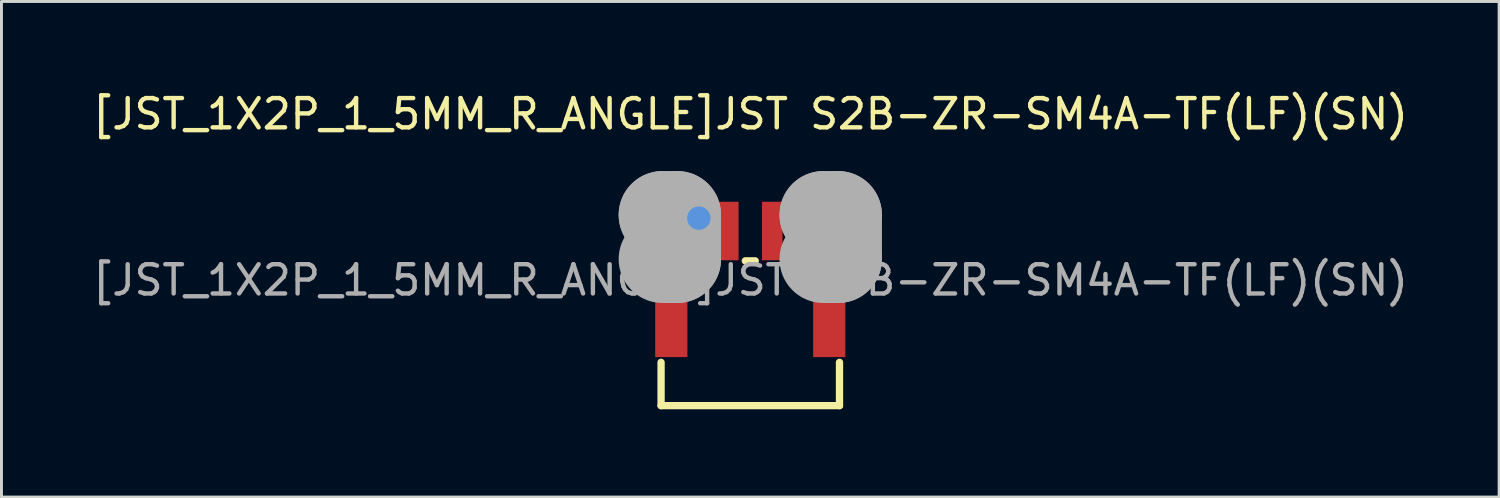
<source format=kicad_pcb>
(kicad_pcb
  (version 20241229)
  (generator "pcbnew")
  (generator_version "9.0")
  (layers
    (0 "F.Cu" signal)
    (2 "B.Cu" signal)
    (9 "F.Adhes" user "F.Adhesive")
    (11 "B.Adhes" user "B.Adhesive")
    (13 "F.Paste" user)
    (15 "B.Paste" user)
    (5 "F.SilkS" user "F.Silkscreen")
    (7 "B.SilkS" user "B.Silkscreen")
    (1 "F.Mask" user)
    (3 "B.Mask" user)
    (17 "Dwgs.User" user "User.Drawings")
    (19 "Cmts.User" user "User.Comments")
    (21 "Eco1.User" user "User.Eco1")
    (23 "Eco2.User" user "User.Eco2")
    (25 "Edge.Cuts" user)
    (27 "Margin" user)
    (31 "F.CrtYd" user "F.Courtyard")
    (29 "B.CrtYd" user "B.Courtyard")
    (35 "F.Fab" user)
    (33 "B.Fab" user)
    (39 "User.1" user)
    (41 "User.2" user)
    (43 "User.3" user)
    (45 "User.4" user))
  (footprint "[JST_1X2P_1_5MM_R_ANGLE]JST S2B-ZR-SM4A-TF(LF)(SN)"
    (layer "F.Cu")
    (at 22.601 6.528)
    (property "Reference" "[JST_1X2P_1_5MM_R_ANGLE]JST S2B-ZR-SM4A-TF(LF)(SN)" (at 0 -5.68 0) (layer "F.SilkS") (effects (font (size 1 1) (thickness 0.15))))
    (attr smd)
    (fp_line (start -3.05 -0.66) (end -3.05 0.44) (stroke (width 0.25) (type solid)) (layer "F.SilkS"))
    (fp_line (start -3.05 2.81) (end -3.05 4.29) (stroke (width 0.25) (type solid)) (layer "F.SilkS"))
    (fp_line (start -3.05 4.29) (end 3.05 4.29) (stroke (width 0.25) (type solid)) (layer "F.SilkS"))
    (fp_line (start -1.33 -0.66) (end -3.05 -0.66) (stroke (width 0.25) (type solid)) (layer "F.SilkS"))
    (fp_line (start 0.17 -0.66) (end -0.17 -0.66) (stroke (width 0.25) (type solid)) (layer "F.SilkS"))
    (fp_line (start 3.05 -0.66) (end 1.33 -0.66) (stroke (width 0.25) (type solid)) (layer "F.SilkS"))
    (fp_line (start 3.05 0.44) (end 3.05 -0.66) (stroke (width 0.25) (type solid)) (layer "F.SilkS"))
    (fp_line (start 3.05 4.29) (end 3.05 2.81) (stroke (width 0.25) (type solid)) (layer "F.SilkS"))
    (fp_circle (center -1.74 -2.12) (end -1.5 -2.12) (stroke (width 0.25) (type solid)) (fill no) (layer "F.SilkS"))
    (fp_circle (center -1.76 -2.12) (end -1.56 -2.12) (stroke (width 0.4) (type solid)) (fill no) (layer "Cmts.User"))
    (fp_line (start -3 -2.23) (end -3 -2.23) (stroke (width 3) (type solid)) (layer "F.Fab"))
    (fp_line (start -3 -2.23) (end -2.5 -2.23) (stroke (width 3) (type solid)) (layer "F.Fab"))
    (fp_line (start -2.5 -2.23) (end -2.5 -0.72) (stroke (width 3) (type solid)) (layer "F.Fab"))
    (fp_line (start -2.5 -0.72) (end -3 -0.72) (stroke (width 3) (type solid)) (layer "F.Fab"))
    (fp_line (start 2.5 -2.23) (end 2.5 -2.23) (stroke (width 3) (type solid)) (layer "F.Fab"))
    (fp_line (start 2.5 -2.23) (end 3 -2.23) (stroke (width 3) (type solid)) (layer "F.Fab"))
    (fp_line (start 3 -2.23) (end 3 -0.72) (stroke (width 3) (type solid)) (layer "F.Fab"))
    (fp_line (start 3 -0.72) (end 2.5 -0.72) (stroke (width 3) (type solid)) (layer "F.Fab"))
    (fp_circle (center -3 -2.43) (end -2.97 -2.43) (stroke (width 0.06) (type solid)) (fill no) (layer "F.Fab"))
    (fp_text user "${REFERENCE}" (at 0 0 0) (layer "F.Fab") (effects (font (size 1 1) (thickness 0.15))))
    (pad "0" smd rect (at -2.7 1.68 180) (size 1.1 1.9) (layers "F.Cu" "F.Mask" "F.Paste"))
    (pad "0" smd rect (at 2.7 1.68 180) (size 1.1 1.9) (layers "F.Cu" "F.Mask" "F.Paste"))
    (pad "1" smd rect (at -0.75 -1.68 180) (size 0.7 2) (layers "F.Cu" "F.Mask" "F.Paste"))
    (pad "2" smd rect (at 0.75 -1.68 180) (size 0.7 2) (layers "F.Cu" "F.Mask" "F.Paste")))
  (gr_rect
    (start -3 -3)
    (end 48.202 13.943)
    (stroke (width 0.1) (type default))
    (fill no)
    (layer "Edge.Cuts")))
</source>
